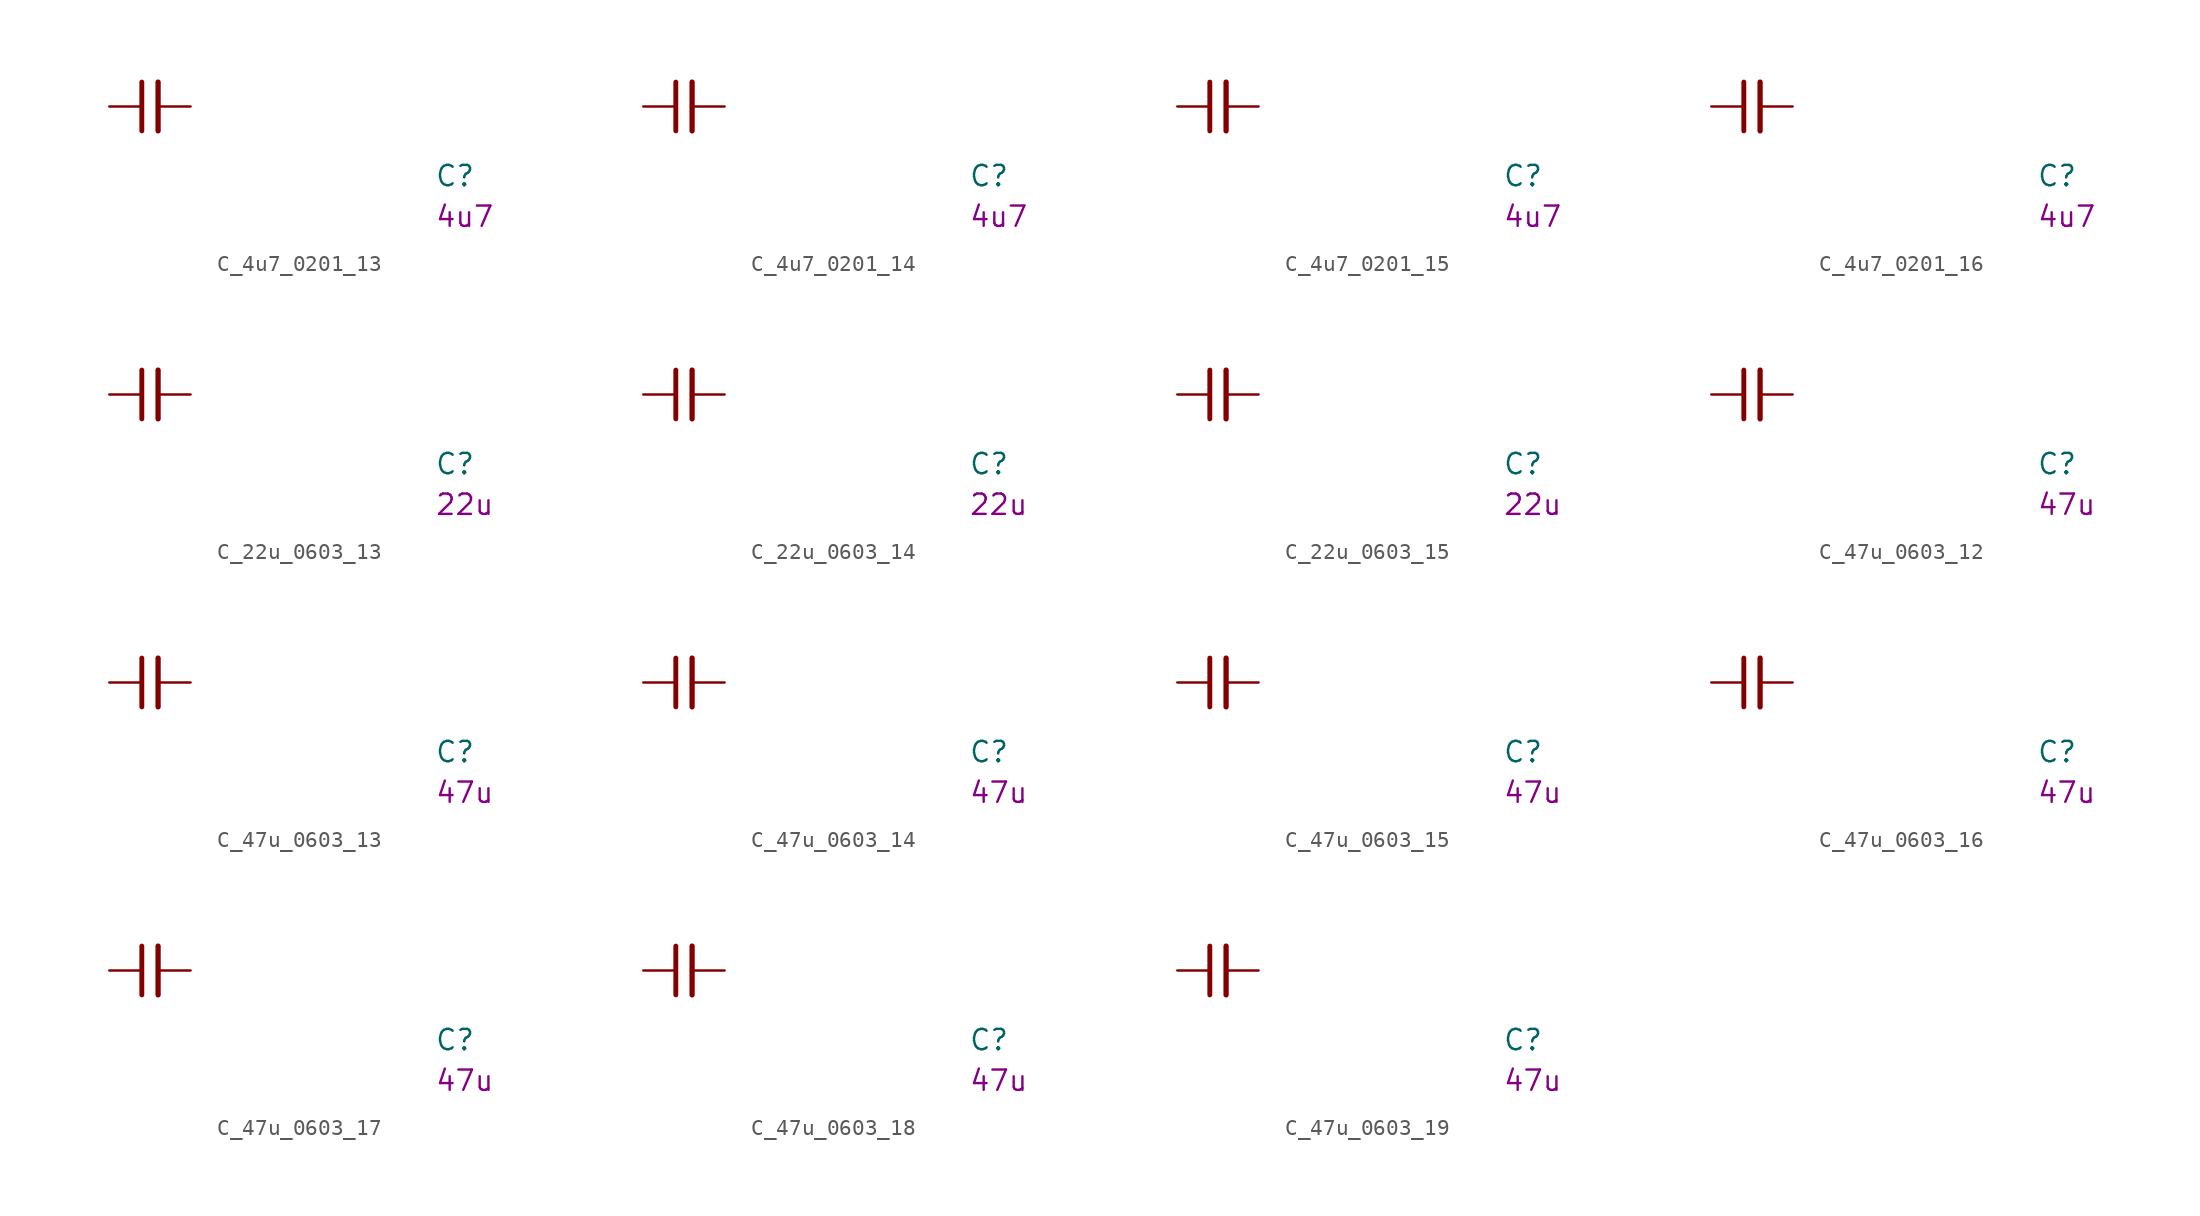
<source format=kicad_sym>
(kicad_symbol_lib
  (version 20211014)
  (generator kicad_symbol_editor)
  (symbol "K410T-devboard:C_4u7_0201_13"
    (pin_numbers hide)
    (pin_names hide)
    (property "Reference" "C"
      (at 20.32 -5.08 0)
      (effects (font (size 1.27 1.27) (thickness 0.15)) (justify left bottom)))
    (property "Val" "4u7"
      (at 20.32 -7.62 0)
      (effects (font (size 1.27 1.27) (thickness 0.15)) (justify left bottom)))
    (symbol "C_4u7_0201_13_0_1"
      (polyline (pts (xy 2.032 -1.524) (xy 2.032 1.524)) (stroke (width 0.305) (type default)) (fill (type none)))
      (polyline (pts (xy 3.048 -1.524) (xy 3.048 1.524)) (stroke (width 0.33) (type default)) (fill (type none))))
    (symbol "C_4u7_0201_13_1_1"
      (pin passive line (at 0 0 0) (length 2.032) (name "~" (effects (font (size 1.27 1.27)))) (number "1" (effects (font (size 1.27 1.27)))))
      (pin passive line (at 5.08 0 180) (length 2.032) (name "~" (effects (font (size 1.27 1.27)))) (number "2" (effects (font (size 1.27 1.27)))))))
  (symbol "K410T-devboard:C_4u7_0201_14"
    (pin_numbers hide)
    (pin_names hide)
    (property "Reference" "C"
      (at 20.32 -5.08 0)
      (effects (font (size 1.27 1.27) (thickness 0.15)) (justify left bottom)))
    (property "Val" "4u7"
      (at 20.32 -7.62 0)
      (effects (font (size 1.27 1.27) (thickness 0.15)) (justify left bottom)))
    (symbol "C_4u7_0201_14_0_1"
      (polyline (pts (xy 2.032 -1.524) (xy 2.032 1.524)) (stroke (width 0.305) (type default)) (fill (type none)))
      (polyline (pts (xy 3.048 -1.524) (xy 3.048 1.524)) (stroke (width 0.33) (type default)) (fill (type none))))
    (symbol "C_4u7_0201_14_1_1"
      (pin passive line (at 0 0 0) (length 2.032) (name "~" (effects (font (size 1.27 1.27)))) (number "1" (effects (font (size 1.27 1.27)))))
      (pin passive line (at 5.08 0 180) (length 2.032) (name "~" (effects (font (size 1.27 1.27)))) (number "2" (effects (font (size 1.27 1.27)))))))
  (symbol "K410T-devboard:C_4u7_0201_15"
    (pin_numbers hide)
    (pin_names hide)
    (property "Reference" "C"
      (at 20.32 -5.08 0)
      (effects (font (size 1.27 1.27) (thickness 0.15)) (justify left bottom)))
    (property "Val" "4u7"
      (at 20.32 -7.62 0)
      (effects (font (size 1.27 1.27) (thickness 0.15)) (justify left bottom)))
    (symbol "C_4u7_0201_15_0_1"
      (polyline (pts (xy 2.032 -1.524) (xy 2.032 1.524)) (stroke (width 0.305) (type default)) (fill (type none)))
      (polyline (pts (xy 3.048 -1.524) (xy 3.048 1.524)) (stroke (width 0.33) (type default)) (fill (type none))))
    (symbol "C_4u7_0201_15_1_1"
      (pin passive line (at 0 0 0) (length 2.032) (name "~" (effects (font (size 1.27 1.27)))) (number "1" (effects (font (size 1.27 1.27)))))
      (pin passive line (at 5.08 0 180) (length 2.032) (name "~" (effects (font (size 1.27 1.27)))) (number "2" (effects (font (size 1.27 1.27)))))))
  (symbol "K410T-devboard:C_4u7_0201_16"
    (pin_numbers hide)
    (pin_names hide)
    (property "Reference" "C"
      (at 20.32 -5.08 0)
      (effects (font (size 1.27 1.27) (thickness 0.15)) (justify left bottom)))
    (property "Val" "4u7"
      (at 20.32 -7.62 0)
      (effects (font (size 1.27 1.27) (thickness 0.15)) (justify left bottom)))
    (symbol "C_4u7_0201_16_0_1"
      (polyline (pts (xy 2.032 -1.524) (xy 2.032 1.524)) (stroke (width 0.305) (type default)) (fill (type none)))
      (polyline (pts (xy 3.048 -1.524) (xy 3.048 1.524)) (stroke (width 0.33) (type default)) (fill (type none))))
    (symbol "C_4u7_0201_16_1_1"
      (pin passive line (at 0 0 0) (length 2.032) (name "~" (effects (font (size 1.27 1.27)))) (number "1" (effects (font (size 1.27 1.27)))))
      (pin passive line (at 5.08 0 180) (length 2.032) (name "~" (effects (font (size 1.27 1.27)))) (number "2" (effects (font (size 1.27 1.27)))))))
  (symbol "K410T-devboard:C_22u_0603_13"
    (pin_numbers hide)
    (pin_names hide)
    (property "Reference" "C"
      (at 20.32 -5.08 0)
      (effects (font (size 1.27 1.27) (thickness 0.15)) (justify left bottom)))
    (property "Val" "22u"
      (at 20.32 -7.62 0)
      (effects (font (size 1.27 1.27) (thickness 0.15)) (justify left bottom)))
    (symbol "C_22u_0603_13_0_1"
      (polyline (pts (xy 2.032 -1.524) (xy 2.032 1.524)) (stroke (width 0.305) (type default)) (fill (type none)))
      (polyline (pts (xy 3.048 -1.524) (xy 3.048 1.524)) (stroke (width 0.33) (type default)) (fill (type none))))
    (symbol "C_22u_0603_13_1_1"
      (pin passive line (at 0 0 0) (length 2.032) (name "~" (effects (font (size 1.27 1.27)))) (number "1" (effects (font (size 1.27 1.27)))))
      (pin passive line (at 5.08 0 180) (length 2.032) (name "~" (effects (font (size 1.27 1.27)))) (number "2" (effects (font (size 1.27 1.27)))))))
  (symbol "K410T-devboard:C_22u_0603_14"
    (pin_numbers hide)
    (pin_names hide)
    (property "Reference" "C"
      (at 20.32 -5.08 0)
      (effects (font (size 1.27 1.27) (thickness 0.15)) (justify left bottom)))
    (property "Val" "22u"
      (at 20.32 -7.62 0)
      (effects (font (size 1.27 1.27) (thickness 0.15)) (justify left bottom)))
    (symbol "C_22u_0603_14_0_1"
      (polyline (pts (xy 2.032 -1.524) (xy 2.032 1.524)) (stroke (width 0.305) (type default)) (fill (type none)))
      (polyline (pts (xy 3.048 -1.524) (xy 3.048 1.524)) (stroke (width 0.33) (type default)) (fill (type none))))
    (symbol "C_22u_0603_14_1_1"
      (pin passive line (at 0 0 0) (length 2.032) (name "~" (effects (font (size 1.27 1.27)))) (number "1" (effects (font (size 1.27 1.27)))))
      (pin passive line (at 5.08 0 180) (length 2.032) (name "~" (effects (font (size 1.27 1.27)))) (number "2" (effects (font (size 1.27 1.27)))))))
  (symbol "K410T-devboard:C_22u_0603_15"
    (pin_numbers hide)
    (pin_names hide)
    (property "Reference" "C"
      (at 20.32 -5.08 0)
      (effects (font (size 1.27 1.27) (thickness 0.15)) (justify left bottom)))
    (property "Val" "22u"
      (at 20.32 -7.62 0)
      (effects (font (size 1.27 1.27) (thickness 0.15)) (justify left bottom)))
    (symbol "C_22u_0603_15_0_1"
      (polyline (pts (xy 2.032 -1.524) (xy 2.032 1.524)) (stroke (width 0.305) (type default)) (fill (type none)))
      (polyline (pts (xy 3.048 -1.524) (xy 3.048 1.524)) (stroke (width 0.33) (type default)) (fill (type none))))
    (symbol "C_22u_0603_15_1_1"
      (pin passive line (at 0 0 0) (length 2.032) (name "~" (effects (font (size 1.27 1.27)))) (number "1" (effects (font (size 1.27 1.27)))))
      (pin passive line (at 5.08 0 180) (length 2.032) (name "~" (effects (font (size 1.27 1.27)))) (number "2" (effects (font (size 1.27 1.27)))))))
  (symbol "K410T-devboard:C_47u_0603_12"
    (pin_numbers hide)
    (pin_names hide)
    (property "Reference" "C"
      (at 20.32 -5.08 0)
      (effects (font (size 1.27 1.27) (thickness 0.15)) (justify left bottom)))
    (property "Val" "47u"
      (at 20.32 -7.62 0)
      (effects (font (size 1.27 1.27) (thickness 0.15)) (justify left bottom)))
    (symbol "C_47u_0603_12_0_1"
      (polyline (pts (xy 2.032 -1.524) (xy 2.032 1.524)) (stroke (width 0.305) (type default)) (fill (type none)))
      (polyline (pts (xy 3.048 -1.524) (xy 3.048 1.524)) (stroke (width 0.33) (type default)) (fill (type none))))
    (symbol "C_47u_0603_12_1_1"
      (pin passive line (at 0 0 0) (length 2.032) (name "~" (effects (font (size 1.27 1.27)))) (number "1" (effects (font (size 1.27 1.27)))))
      (pin passive line (at 5.08 0 180) (length 2.032) (name "~" (effects (font (size 1.27 1.27)))) (number "2" (effects (font (size 1.27 1.27)))))))
  (symbol "K410T-devboard:C_47u_0603_13"
    (pin_numbers hide)
    (pin_names hide)
    (property "Reference" "C"
      (at 20.32 -5.08 0)
      (effects (font (size 1.27 1.27) (thickness 0.15)) (justify left bottom)))
    (property "Val" "47u"
      (at 20.32 -7.62 0)
      (effects (font (size 1.27 1.27) (thickness 0.15)) (justify left bottom)))
    (symbol "C_47u_0603_13_0_1"
      (polyline (pts (xy 2.032 -1.524) (xy 2.032 1.524)) (stroke (width 0.305) (type default)) (fill (type none)))
      (polyline (pts (xy 3.048 -1.524) (xy 3.048 1.524)) (stroke (width 0.33) (type default)) (fill (type none))))
    (symbol "C_47u_0603_13_1_1"
      (pin passive line (at 0 0 0) (length 2.032) (name "~" (effects (font (size 1.27 1.27)))) (number "1" (effects (font (size 1.27 1.27)))))
      (pin passive line (at 5.08 0 180) (length 2.032) (name "~" (effects (font (size 1.27 1.27)))) (number "2" (effects (font (size 1.27 1.27)))))))
  (symbol "K410T-devboard:C_47u_0603_14"
    (pin_numbers hide)
    (pin_names hide)
    (property "Reference" "C"
      (at 20.32 -5.08 0)
      (effects (font (size 1.27 1.27) (thickness 0.15)) (justify left bottom)))
    (property "Val" "47u"
      (at 20.32 -7.62 0)
      (effects (font (size 1.27 1.27) (thickness 0.15)) (justify left bottom)))
    (symbol "C_47u_0603_14_0_1"
      (polyline (pts (xy 2.032 -1.524) (xy 2.032 1.524)) (stroke (width 0.305) (type default)) (fill (type none)))
      (polyline (pts (xy 3.048 -1.524) (xy 3.048 1.524)) (stroke (width 0.33) (type default)) (fill (type none))))
    (symbol "C_47u_0603_14_1_1"
      (pin passive line (at 0 0 0) (length 2.032) (name "~" (effects (font (size 1.27 1.27)))) (number "1" (effects (font (size 1.27 1.27)))))
      (pin passive line (at 5.08 0 180) (length 2.032) (name "~" (effects (font (size 1.27 1.27)))) (number "2" (effects (font (size 1.27 1.27)))))))
  (symbol "K410T-devboard:C_47u_0603_15"
    (pin_numbers hide)
    (pin_names hide)
    (property "Reference" "C"
      (at 20.32 -5.08 0)
      (effects (font (size 1.27 1.27) (thickness 0.15)) (justify left bottom)))
    (property "Val" "47u"
      (at 20.32 -7.62 0)
      (effects (font (size 1.27 1.27) (thickness 0.15)) (justify left bottom)))
    (symbol "C_47u_0603_15_0_1"
      (polyline (pts (xy 2.032 -1.524) (xy 2.032 1.524)) (stroke (width 0.305) (type default)) (fill (type none)))
      (polyline (pts (xy 3.048 -1.524) (xy 3.048 1.524)) (stroke (width 0.33) (type default)) (fill (type none))))
    (symbol "C_47u_0603_15_1_1"
      (pin passive line (at 0 0 0) (length 2.032) (name "~" (effects (font (size 1.27 1.27)))) (number "1" (effects (font (size 1.27 1.27)))))
      (pin passive line (at 5.08 0 180) (length 2.032) (name "~" (effects (font (size 1.27 1.27)))) (number "2" (effects (font (size 1.27 1.27)))))))
  (symbol "K410T-devboard:C_47u_0603_16"
    (pin_numbers hide)
    (pin_names hide)
    (property "Reference" "C"
      (at 20.32 -5.08 0)
      (effects (font (size 1.27 1.27) (thickness 0.15)) (justify left bottom)))
    (property "Val" "47u"
      (at 20.32 -7.62 0)
      (effects (font (size 1.27 1.27) (thickness 0.15)) (justify left bottom)))
    (symbol "C_47u_0603_16_0_1"
      (polyline (pts (xy 2.032 -1.524) (xy 2.032 1.524)) (stroke (width 0.305) (type default)) (fill (type none)))
      (polyline (pts (xy 3.048 -1.524) (xy 3.048 1.524)) (stroke (width 0.33) (type default)) (fill (type none))))
    (symbol "C_47u_0603_16_1_1"
      (pin passive line (at 0 0 0) (length 2.032) (name "~" (effects (font (size 1.27 1.27)))) (number "1" (effects (font (size 1.27 1.27)))))
      (pin passive line (at 5.08 0 180) (length 2.032) (name "~" (effects (font (size 1.27 1.27)))) (number "2" (effects (font (size 1.27 1.27)))))))
  (symbol "K410T-devboard:C_47u_0603_17"
    (pin_numbers hide)
    (pin_names hide)
    (property "Reference" "C"
      (at 20.32 -5.08 0)
      (effects (font (size 1.27 1.27) (thickness 0.15)) (justify left bottom)))
    (property "Val" "47u"
      (at 20.32 -7.62 0)
      (effects (font (size 1.27 1.27) (thickness 0.15)) (justify left bottom)))
    (symbol "C_47u_0603_17_0_1"
      (polyline (pts (xy 2.032 -1.524) (xy 2.032 1.524)) (stroke (width 0.305) (type default)) (fill (type none)))
      (polyline (pts (xy 3.048 -1.524) (xy 3.048 1.524)) (stroke (width 0.33) (type default)) (fill (type none))))
    (symbol "C_47u_0603_17_1_1"
      (pin passive line (at 0 0 0) (length 2.032) (name "~" (effects (font (size 1.27 1.27)))) (number "1" (effects (font (size 1.27 1.27)))))
      (pin passive line (at 5.08 0 180) (length 2.032) (name "~" (effects (font (size 1.27 1.27)))) (number "2" (effects (font (size 1.27 1.27)))))))
  (symbol "K410T-devboard:C_47u_0603_18"
    (pin_numbers hide)
    (pin_names hide)
    (property "Reference" "C"
      (at 20.32 -5.08 0)
      (effects (font (size 1.27 1.27) (thickness 0.15)) (justify left bottom)))
    (property "Val" "47u"
      (at 20.32 -7.62 0)
      (effects (font (size 1.27 1.27) (thickness 0.15)) (justify left bottom)))
    (symbol "C_47u_0603_18_0_1"
      (polyline (pts (xy 2.032 -1.524) (xy 2.032 1.524)) (stroke (width 0.305) (type default)) (fill (type none)))
      (polyline (pts (xy 3.048 -1.524) (xy 3.048 1.524)) (stroke (width 0.33) (type default)) (fill (type none))))
    (symbol "C_47u_0603_18_1_1"
      (pin passive line (at 0 0 0) (length 2.032) (name "~" (effects (font (size 1.27 1.27)))) (number "1" (effects (font (size 1.27 1.27)))))
      (pin passive line (at 5.08 0 180) (length 2.032) (name "~" (effects (font (size 1.27 1.27)))) (number "2" (effects (font (size 1.27 1.27)))))))
  (symbol "K410T-devboard:C_47u_0603_19"
    (pin_numbers hide)
    (pin_names hide)
    (property "Reference" "C"
      (at 20.32 -5.08 0)
      (effects (font (size 1.27 1.27) (thickness 0.15)) (justify left bottom)))
    (property "Val" "47u"
      (at 20.32 -7.62 0)
      (effects (font (size 1.27 1.27) (thickness 0.15)) (justify left bottom)))
    (symbol "C_47u_0603_19_0_1"
      (polyline (pts (xy 2.032 -1.524) (xy 2.032 1.524)) (stroke (width 0.305) (type default)) (fill (type none)))
      (polyline (pts (xy 3.048 -1.524) (xy 3.048 1.524)) (stroke (width 0.33) (type default)) (fill (type none))))
    (symbol "C_47u_0603_19_1_1"
      (pin passive line (at 0 0 0) (length 2.032) (name "~" (effects (font (size 1.27 1.27)))) (number "1" (effects (font (size 1.27 1.27)))))
      (pin passive line (at 5.08 0 180) (length 2.032) (name "~" (effects (font (size 1.27 1.27)))) (number "2" (effects (font (size 1.27 1.27))))))))
</source>
